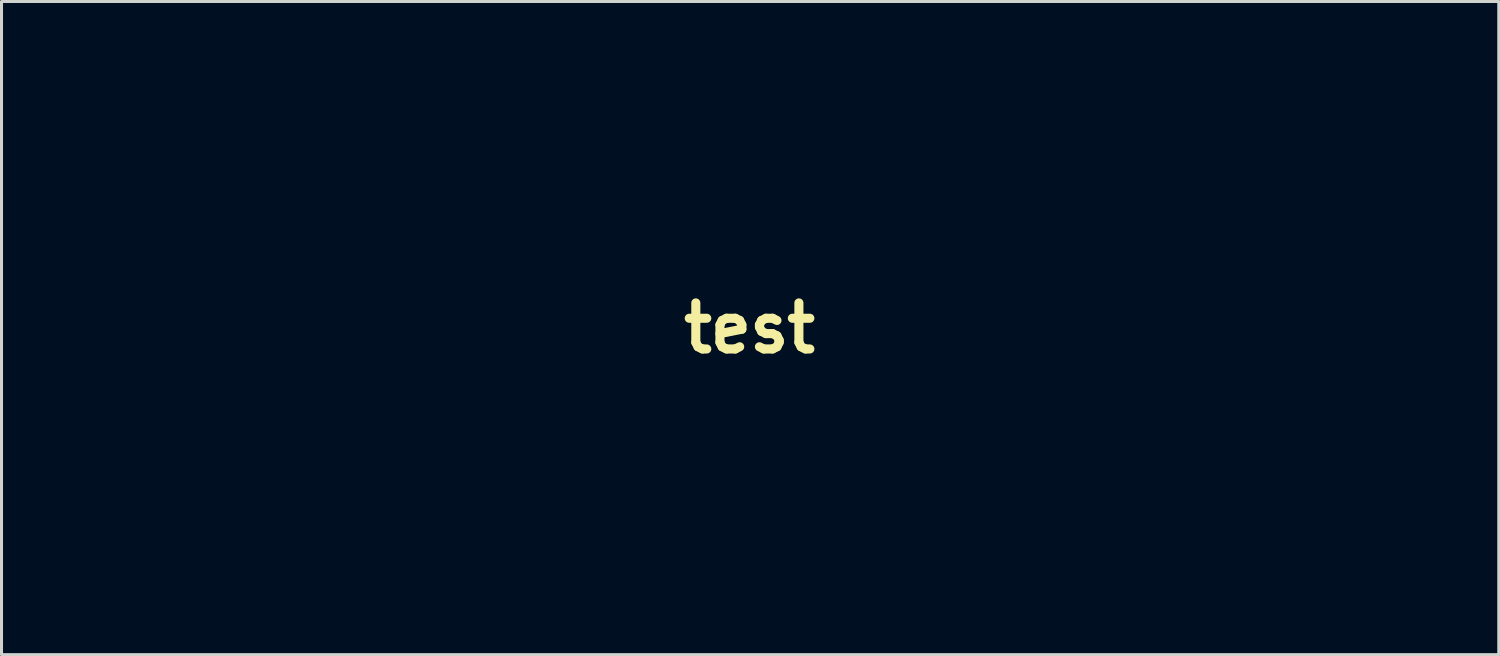
<source format=kicad_pcb>
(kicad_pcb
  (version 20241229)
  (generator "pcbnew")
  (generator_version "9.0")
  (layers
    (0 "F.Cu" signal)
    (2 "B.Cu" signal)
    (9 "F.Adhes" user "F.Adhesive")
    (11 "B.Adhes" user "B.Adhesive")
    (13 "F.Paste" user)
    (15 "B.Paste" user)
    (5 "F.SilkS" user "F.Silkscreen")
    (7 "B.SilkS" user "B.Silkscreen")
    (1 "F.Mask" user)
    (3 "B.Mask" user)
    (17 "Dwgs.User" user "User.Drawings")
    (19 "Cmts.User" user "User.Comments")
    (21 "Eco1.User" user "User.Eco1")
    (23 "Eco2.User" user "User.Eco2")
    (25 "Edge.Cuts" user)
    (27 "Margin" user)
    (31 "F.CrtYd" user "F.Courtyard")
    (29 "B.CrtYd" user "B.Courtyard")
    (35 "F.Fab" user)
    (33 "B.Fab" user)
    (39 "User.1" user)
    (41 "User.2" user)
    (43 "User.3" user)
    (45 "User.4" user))
  (footprint "test"
    (layer "F.Cu")
    (at 21.751 7.807)
    (property "Reference" "test" (at 0 0 0) (layer "F.SilkS") (effects (font (size 1.524 1.524) (thickness 0.3))))
    (attr through_hole)
    (fp_poly (pts (xy 3.996 -2.981) (xy -1.078 -2.981) (xy -1.078 -3.932) (xy -0.507 -3.932) (xy -0.507 -3.71) (xy 3.425 -3.71) (xy 3.425 -3.932) (xy -0.507 -3.932) (xy -1.078 -3.932) (xy -1.078 -4.661) (xy 3.996 -4.661) (xy 3.996 -2.981)) (stroke (width 0.01) (type solid)) (fill no) (layer "Eco1.User"))
    (fp_poly (pts (xy 21.785 -2.695) (xy 20.39 -2.695) (xy 20.39 2.791) (xy 17.948 2.791) (xy 17.948 -2.695) (xy 16.585 -2.695) (xy 16.585 -3.774) (xy 17.409 -3.774) (xy 17.409 -3.488) (xy 19.026 -3.488) (xy 19.026 1.934) (xy 19.343 1.934) (xy 19.343 -3.488) (xy 20.929 -3.488) (xy 20.929 -3.774) (xy 17.409 -3.774) (xy 16.585 -3.774) (xy 16.585 -4.63) (xy 21.785 -4.63) (xy 21.785 -2.695)) (stroke (width 0.01) (type solid)) (fill no) (layer "Eco1.User"))
    (fp_poly (pts (xy -14.718 -5.262) (xy -14.545 -5.213) (xy -14.379 -5.142) (xy -14.233 -5.058) (xy -14.116 -4.966) (xy -14.04 -4.875) (xy -14.016 -4.798) (xy -14.022 -4.753) (xy -14.046 -4.732) (xy -14.1 -4.737) (xy -14.194 -4.767) (xy -14.286 -4.802) (xy -14.422 -4.856) (xy -14.577 -4.919) (xy -14.682 -4.962) (xy -14.804 -5.01) (xy -14.903 -5.033) (xy -15.011 -5.038) (xy -15.117 -5.032) (xy -15.346 -5.015) (xy -15.295 -5.094) (xy -15.189 -5.198) (xy -15.044 -5.261) (xy -14.867 -5.279) (xy -14.718 -5.262)) (stroke (width 0.01) (type solid)) (fill no) (layer "Eco1.User"))
    (fp_poly (pts (xy 16.172 -2.695) (xy 14.175 -2.695) (xy 14.175 -1.839) (xy 16.141 -1.839) (xy 16.141 -0.032) (xy 14.175 -0.032) (xy 14.175 0.856) (xy 16.267 0.856) (xy 16.267 2.791) (xy 11.828 2.791) (xy 11.828 -3.774) (xy 12.906 -3.774) (xy 12.906 1.934) (xy 15.475 1.934) (xy 15.475 1.649) (xy 13.223 1.649) (xy 13.223 -0.793) (xy 15.348 -0.793) (xy 15.348 -1.078) (xy 13.223 -1.078) (xy 13.223 -3.488) (xy 15.475 -3.488) (xy 15.475 -3.774) (xy 12.906 -3.774) (xy 11.828 -3.774) (xy 11.828 -4.63) (xy 16.172 -4.63) (xy 16.172 -2.695)) (stroke (width 0.01) (type solid)) (fill no) (layer "Eco1.User"))
    (fp_poly (pts (xy -17.365 -5.683) (xy -17.115 -5.612) (xy -16.869 -5.505) (xy -16.647 -5.368) (xy -16.533 -5.275) (xy -16.465 -5.207) (xy -16.43 -5.163) (xy -16.435 -5.15) (xy -16.437 -5.151) (xy -16.73 -5.236) (xy -16.987 -5.294) (xy -17.228 -5.328) (xy -17.471 -5.341) (xy -17.52 -5.342) (xy -17.783 -5.333) (xy -18.004 -5.301) (xy -18.203 -5.24) (xy -18.398 -5.145) (xy -18.518 -5.072) (xy -18.627 -5.002) (xy -18.694 -4.963) (xy -18.729 -4.95) (xy -18.74 -4.957) (xy -18.741 -4.964) (xy -18.723 -5.021) (xy -18.676 -5.108) (xy -18.612 -5.207) (xy -18.543 -5.297) (xy -18.503 -5.341) (xy -18.309 -5.494) (xy -18.077 -5.612) (xy -17.825 -5.685) (xy -17.599 -5.708) (xy -17.365 -5.683)) (stroke (width 0.01) (type solid)) (fill no) (layer "Eco1.User"))
    (fp_poly (pts (xy -8.839 -7.357) (xy -8.633 -7.347) (xy -8.472 -7.314) (xy -8.344 -7.255) (xy -8.24 -7.17) (xy -8.139 -7.027) (xy -8.094 -6.864) (xy -8.106 -6.69) (xy -8.176 -6.515) (xy -8.198 -6.479) (xy -8.3 -6.38) (xy -8.456 -6.309) (xy -8.666 -6.265) (xy -8.791 -6.254) (xy -9.069 -6.238) (xy -9.069 -7.103) (xy -8.784 -7.103) (xy -8.784 -6.494) (xy -8.665 -6.515) (xy -8.568 -6.546) (xy -8.489 -6.593) (xy -8.483 -6.599) (xy -8.435 -6.675) (xy -8.419 -6.791) (xy -8.419 -6.805) (xy -8.427 -6.908) (xy -8.459 -6.977) (xy -8.508 -7.027) (xy -8.599 -7.081) (xy -8.69 -7.103) (xy -8.784 -7.103) (xy -9.069 -7.103) (xy -9.069 -7.357) (xy -8.839 -7.357)) (stroke (width 0.01) (type solid)) (fill no) (layer "Eco1.User"))
    (fp_poly (pts (xy -6.62 -7.351) (xy -6.449 -7.338) (xy -6.322 -7.316) (xy -6.222 -7.282) (xy -6.19 -7.266) (xy -6.05 -7.162) (xy -5.955 -7.025) (xy -5.907 -6.868) (xy -5.909 -6.704) (xy -5.963 -6.547) (xy -6.027 -6.456) (xy -6.14 -6.357) (xy -6.286 -6.287) (xy -6.475 -6.243) (xy -6.649 -6.224) (xy -6.913 -6.206) (xy -6.913 -6.493) (xy -6.627 -6.493) (xy -6.499 -6.513) (xy -6.4 -6.536) (xy -6.319 -6.566) (xy -6.308 -6.573) (xy -6.247 -6.644) (xy -6.211 -6.753) (xy -6.208 -6.88) (xy -6.21 -6.89) (xy -6.252 -6.98) (xy -6.34 -7.053) (xy -6.455 -7.096) (xy -6.524 -7.103) (xy -6.627 -7.103) (xy -6.627 -6.493) (xy -6.913 -6.493) (xy -6.913 -7.364) (xy -6.62 -7.351)) (stroke (width 0.01) (type solid)) (fill no) (layer "Eco1.User"))
    (fp_poly (pts (xy 5.635 -4.622) (xy 6.608 -4.614) (xy 7.619 -3.203) (xy 7.81 -2.938) (xy 7.989 -2.689) (xy 8.155 -2.46) (xy 8.303 -2.257) (xy 8.43 -2.084) (xy 8.532 -1.945) (xy 8.607 -1.846) (xy 8.65 -1.791) (xy 8.659 -1.781) (xy 8.666 -1.809) (xy 8.672 -1.897) (xy 8.678 -2.039) (xy 8.682 -2.232) (xy 8.685 -2.471) (xy 8.687 -2.752) (xy 8.689 -3.07) (xy 8.689 -3.2) (xy 8.689 -4.63) (xy 11.003 -4.63) (xy 11.003 2.791) (xy 9.044 2.791) (xy 6.992 -0.079) (xy 6.984 1.356) (xy 6.976 2.791) (xy 4.661 2.791) (xy 4.661 1.934) (xy 5.676 1.934) (xy 5.993 1.934) (xy 6.009 -3.178) (xy 7.832 -0.622) (xy 9.656 1.933) (xy 9.822 1.934) (xy 9.989 1.934) (xy 9.989 -3.774) (xy 9.672 -3.774) (xy 9.664 -1.209) (xy 9.656 1.356) (xy 7.832 -1.201) (xy 6.008 -3.758) (xy 5.842 -3.767) (xy 5.676 -3.777) (xy 5.676 1.934) (xy 4.661 1.934) (xy 4.661 -4.631) (xy 5.635 -4.622)) (stroke (width 0.01) (type solid)) (fill no) (layer "Eco1.User"))
    (fp_poly (pts (xy -3.647 -7.3) (xy -3.457 -7.199) (xy -3.291 -7.052) (xy -3.161 -6.865) (xy -3.111 -6.721) (xy -3.09 -6.545) (xy -3.098 -6.362) (xy -3.134 -6.198) (xy -3.163 -6.132) (xy -3.267 -5.984) (xy -3.409 -5.848) (xy -3.569 -5.742) (xy -3.689 -5.692) (xy -3.854 -5.655) (xy -4.002 -5.653) (xy -4.164 -5.686) (xy -4.198 -5.696) (xy -4.354 -5.772) (xy -4.504 -5.893) (xy -4.634 -6.043) (xy -4.725 -6.205) (xy -4.74 -6.244) (xy -4.781 -6.463) (xy -4.778 -6.504) (xy -4.455 -6.504) (xy -4.451 -6.379) (xy -4.436 -6.293) (xy -4.402 -6.223) (xy -4.37 -6.178) (xy -4.238 -6.054) (xy -4.079 -5.981) (xy -3.905 -5.963) (xy -3.729 -6.002) (xy -3.68 -6.024) (xy -3.54 -6.123) (xy -3.45 -6.253) (xy -3.405 -6.424) (xy -3.399 -6.483) (xy -3.397 -6.603) (xy -3.411 -6.687) (xy -3.447 -6.762) (xy -3.462 -6.785) (xy -3.585 -6.925) (xy -3.728 -7.008) (xy -3.902 -7.039) (xy -3.932 -7.04) (xy -4.069 -7.03) (xy -4.171 -6.996) (xy -4.218 -6.968) (xy -4.34 -6.87) (xy -4.413 -6.764) (xy -4.448 -6.633) (xy -4.455 -6.504) (xy -4.778 -6.504) (xy -4.764 -6.678) (xy -4.691 -6.88) (xy -4.567 -7.059) (xy -4.397 -7.207) (xy -4.265 -7.282) (xy -4.061 -7.345) (xy -3.852 -7.349) (xy -3.647 -7.3)) (stroke (width 0.01) (type solid)) (fill no) (layer "Eco1.User"))
    (fp_poly (pts (xy 4.725 -7.135) (xy 4.281 -7.135) (xy 4.281 -5.264) (xy 3.456 -5.264) (xy 3.456 -7.135) (xy 3.012 -7.135) (xy 3.012 -7.42) (xy 3.266 -7.42) (xy 3.271 -7.389) (xy 3.294 -7.371) (xy 3.349 -7.361) (xy 3.446 -7.357) (xy 3.536 -7.357) (xy 3.805 -7.357) (xy 3.805 -6.437) (xy 3.805 -6.172) (xy 3.806 -5.963) (xy 3.808 -5.804) (xy 3.811 -5.689) (xy 3.816 -5.609) (xy 3.824 -5.559) (xy 3.835 -5.532) (xy 3.849 -5.52) (xy 3.866 -5.518) (xy 3.869 -5.518) (xy 3.887 -5.519) (xy 3.901 -5.53) (xy 3.912 -5.555) (xy 3.92 -5.602) (xy 3.926 -5.678) (xy 3.929 -5.79) (xy 3.931 -5.943) (xy 3.932 -6.146) (xy 3.932 -6.405) (xy 3.932 -6.437) (xy 3.932 -7.357) (xy 4.202 -7.357) (xy 4.333 -7.358) (xy 4.413 -7.363) (xy 4.454 -7.376) (xy 4.469 -7.399) (xy 4.471 -7.42) (xy 4.469 -7.442) (xy 4.455 -7.458) (xy 4.423 -7.47) (xy 4.363 -7.477) (xy 4.267 -7.481) (xy 4.126 -7.483) (xy 3.933 -7.484) (xy 3.869 -7.484) (xy 3.659 -7.483) (xy 3.505 -7.482) (xy 3.398 -7.479) (xy 3.328 -7.472) (xy 3.289 -7.462) (xy 3.271 -7.447) (xy 3.266 -7.427) (xy 3.266 -7.42) (xy 3.012 -7.42) (xy 3.012 -7.769) (xy 4.725 -7.769) (xy 4.725 -7.135)) (stroke (width 0.01) (type solid)) (fill no) (layer "Eco1.User"))
    (fp_poly (pts (xy 0.507 -7.135) (xy -0.159 -7.135) (xy -0.159 -6.818) (xy 0.507 -6.818) (xy 0.507 -6.215) (xy -0.159 -6.215) (xy -0.159 -5.898) (xy 0.539 -5.898) (xy 0.539 -5.264) (xy -0.951 -5.264) (xy -0.951 -7.484) (xy -0.602 -7.484) (xy -0.602 -5.518) (xy -0.159 -5.518) (xy 0.017 -5.518) (xy 0.139 -5.52) (xy 0.217 -5.526) (xy 0.261 -5.536) (xy 0.281 -5.553) (xy 0.285 -5.576) (xy 0.285 -5.581) (xy 0.282 -5.608) (xy 0.263 -5.626) (xy 0.22 -5.637) (xy 0.142 -5.642) (xy 0.017 -5.644) (xy -0.095 -5.644) (xy -0.476 -5.644) (xy -0.476 -6.437) (xy -0.111 -6.437) (xy 0.046 -6.438) (xy 0.15 -6.441) (xy 0.212 -6.449) (xy 0.243 -6.463) (xy 0.253 -6.485) (xy 0.254 -6.501) (xy 0.25 -6.528) (xy 0.231 -6.546) (xy 0.187 -6.557) (xy 0.106 -6.562) (xy -0.022 -6.564) (xy -0.111 -6.564) (xy -0.476 -6.564) (xy -0.476 -7.357) (xy -0.095 -7.357) (xy 0.065 -7.357) (xy 0.173 -7.36) (xy 0.239 -7.368) (xy 0.272 -7.381) (xy 0.284 -7.402) (xy 0.285 -7.42) (xy 0.282 -7.445) (xy 0.266 -7.463) (xy 0.227 -7.474) (xy 0.155 -7.48) (xy 0.041 -7.483) (xy -0.126 -7.484) (xy -0.159 -7.484) (xy -0.602 -7.484) (xy -0.951 -7.484) (xy -0.951 -7.769) (xy 0.507 -7.769) (xy 0.507 -7.135)) (stroke (width 0.01) (type solid)) (fill no) (layer "Eco1.User"))
    (fp_poly (pts (xy -8.998 -7.76) (xy -8.743 -7.75) (xy -8.541 -7.734) (xy -8.379 -7.711) (xy -8.246 -7.677) (xy -8.131 -7.631) (xy -8.022 -7.57) (xy -7.97 -7.536) (xy -7.817 -7.394) (xy -7.707 -7.212) (xy -7.642 -7.001) (xy -7.625 -6.771) (xy -7.66 -6.532) (xy -7.67 -6.492) (xy -7.756 -6.306) (xy -7.895 -6.146) (xy -8.078 -6.018) (xy -8.299 -5.927) (xy -8.55 -5.879) (xy -8.556 -5.878) (xy -8.784 -5.857) (xy -8.784 -5.264) (xy -9.545 -5.264) (xy -9.545 -6.505) (xy -9.196 -6.505) (xy -9.196 -6.229) (xy -9.195 -6.01) (xy -9.194 -5.841) (xy -9.191 -5.716) (xy -9.186 -5.628) (xy -9.179 -5.571) (xy -9.17 -5.538) (xy -9.157 -5.522) (xy -9.141 -5.518) (xy -9.133 -5.518) (xy -9.103 -5.522) (xy -9.084 -5.544) (xy -9.074 -5.595) (xy -9.07 -5.686) (xy -9.069 -5.814) (xy -9.069 -6.111) (xy -8.792 -6.13) (xy -8.587 -6.149) (xy -8.431 -6.178) (xy -8.311 -6.218) (xy -8.213 -6.276) (xy -8.167 -6.314) (xy -8.056 -6.45) (xy -7.986 -6.621) (xy -7.96 -6.807) (xy -7.979 -6.994) (xy -8.045 -7.163) (xy -8.061 -7.191) (xy -8.148 -7.295) (xy -8.256 -7.372) (xy -8.395 -7.425) (xy -8.576 -7.459) (xy -8.809 -7.476) (xy -8.823 -7.477) (xy -9.196 -7.491) (xy -9.196 -6.505) (xy -9.545 -6.505) (xy -9.545 -7.778) (xy -8.998 -7.76)) (stroke (width 0.01) (type solid)) (fill no) (layer "Eco1.User"))
    (fp_poly (pts (xy 1.59 -1.588) (xy 1.793 -1.567) (xy 1.922 -1.539) (xy 2.221 -1.422) (xy 2.49 -1.253) (xy 2.724 -1.041) (xy 2.918 -0.792) (xy 3.065 -0.514) (xy 3.162 -0.214) (xy 3.202 0.102) (xy 3.202 0.155) (xy 3.171 0.465) (xy 3.082 0.763) (xy 2.94 1.042) (xy 2.753 1.294) (xy 2.524 1.511) (xy 2.261 1.684) (xy 2.044 1.781) (xy 1.877 1.825) (xy 1.672 1.853) (xy 1.452 1.864) (xy 1.24 1.857) (xy 1.059 1.832) (xy 1.018 1.822) (xy 0.737 1.713) (xy 0.473 1.552) (xy 0.236 1.347) (xy 0.035 1.109) (xy -0.121 0.846) (xy -0.218 0.586) (xy -0.271 0.268) (xy -0.268 0.139) (xy 0.397 0.139) (xy 0.397 0.143) (xy 0.408 0.357) (xy 0.448 0.532) (xy 0.523 0.686) (xy 0.641 0.841) (xy 0.67 0.873) (xy 0.865 1.04) (xy 1.09 1.154) (xy 1.333 1.213) (xy 1.587 1.215) (xy 1.843 1.156) (xy 1.843 1.156) (xy 2.061 1.047) (xy 2.251 0.887) (xy 2.402 0.689) (xy 2.495 0.49) (xy 2.527 0.334) (xy 2.536 0.147) (xy 2.522 -0.046) (xy 2.486 -0.221) (xy 2.449 -0.32) (xy 2.31 -0.541) (xy 2.131 -0.715) (xy 1.942 -0.831) (xy 1.827 -0.884) (xy 1.733 -0.915) (xy 1.635 -0.93) (xy 1.506 -0.934) (xy 1.459 -0.934) (xy 1.31 -0.93) (xy 1.2 -0.916) (xy 1.103 -0.887) (xy 1.01 -0.846) (xy 0.794 -0.709) (xy 0.613 -0.53) (xy 0.48 -0.32) (xy 0.479 -0.317) (xy 0.437 -0.218) (xy 0.412 -0.124) (xy 0.4 -0.012) (xy 0.397 0.139) (xy -0.268 0.139) (xy -0.265 -0.044) (xy -0.202 -0.345) (xy -0.085 -0.629) (xy 0.08 -0.89) (xy 0.292 -1.122) (xy 0.547 -1.318) (xy 0.841 -1.474) (xy 1.007 -1.536) (xy 1.173 -1.572) (xy 1.375 -1.59) (xy 1.59 -1.588)) (stroke (width 0.01) (type solid)) (fill no) (layer "Eco1.User"))
    (fp_poly (pts (xy -1.243 -6.699) (xy -1.246 -6.388) (xy -1.25 -6.133) (xy -1.256 -5.929) (xy -1.265 -5.769) (xy -1.28 -5.646) (xy -1.3 -5.554) (xy -1.328 -5.486) (xy -1.365 -5.435) (xy -1.412 -5.396) (xy -1.471 -5.362) (xy -1.522 -5.335) (xy -1.587 -5.306) (xy -1.653 -5.285) (xy -1.735 -5.273) (xy -1.846 -5.266) (xy -2.001 -5.264) (xy -2.084 -5.264) (xy -2.505 -5.264) (xy -2.505 -5.576) (xy -2.251 -5.576) (xy -2.248 -5.543) (xy -2.229 -5.525) (xy -2.183 -5.517) (xy -2.096 -5.52) (xy -1.99 -5.526) (xy -1.857 -5.538) (xy -1.77 -5.553) (xy -1.713 -5.576) (xy -1.669 -5.614) (xy -1.657 -5.628) (xy -1.636 -5.654) (xy -1.62 -5.682) (xy -1.607 -5.721) (xy -1.598 -5.777) (xy -1.592 -5.858) (xy -1.588 -5.972) (xy -1.586 -6.127) (xy -1.586 -6.329) (xy -1.586 -6.587) (xy -1.586 -6.598) (xy -1.586 -6.857) (xy -1.586 -7.061) (xy -1.588 -7.215) (xy -1.592 -7.326) (xy -1.597 -7.401) (xy -1.605 -7.448) (xy -1.617 -7.472) (xy -1.631 -7.482) (xy -1.649 -7.484) (xy -1.668 -7.482) (xy -1.682 -7.471) (xy -1.693 -7.445) (xy -1.701 -7.396) (xy -1.707 -7.318) (xy -1.71 -7.203) (xy -1.712 -7.045) (xy -1.712 -6.836) (xy -1.712 -6.613) (xy -1.712 -6.356) (xy -1.713 -6.155) (xy -1.715 -6.002) (xy -1.719 -5.891) (xy -1.725 -5.813) (xy -1.733 -5.762) (xy -1.746 -5.73) (xy -1.762 -5.71) (xy -1.783 -5.694) (xy -1.874 -5.66) (xy -2.017 -5.645) (xy -2.052 -5.644) (xy -2.161 -5.643) (xy -2.221 -5.634) (xy -2.246 -5.613) (xy -2.251 -5.576) (xy -2.505 -5.576) (xy -2.505 -5.835) (xy -2.317 -5.835) (xy -2.238 -5.835) (xy -2.175 -5.84) (xy -2.127 -5.857) (xy -2.09 -5.891) (xy -2.064 -5.949) (xy -2.047 -6.038) (xy -2.037 -6.163) (xy -2.031 -6.332) (xy -2.03 -6.55) (xy -2.029 -6.825) (xy -2.029 -6.872) (xy -2.029 -7.769) (xy -1.234 -7.769) (xy -1.243 -6.699)) (stroke (width 0.01) (type solid)) (fill no) (layer "Eco1.User"))
    (fp_poly (pts (xy -6.952 -7.769) (xy -6.639 -7.762) (xy -6.381 -7.742) (xy -6.173 -7.707) (xy -6.007 -7.658) (xy -5.976 -7.645) (xy -5.78 -7.526) (xy -5.624 -7.369) (xy -5.512 -7.183) (xy -5.446 -6.977) (xy -5.428 -6.763) (xy -5.459 -6.55) (xy -5.544 -6.347) (xy -5.644 -6.207) (xy -5.768 -6.067) (xy -5.547 -5.682) (xy -5.468 -5.542) (xy -5.401 -5.422) (xy -5.353 -5.333) (xy -5.329 -5.285) (xy -5.327 -5.28) (xy -5.357 -5.274) (xy -5.439 -5.269) (xy -5.562 -5.266) (xy -5.713 -5.264) (xy -5.77 -5.264) (xy -6.213 -5.264) (xy -6.396 -5.581) (xy -6.471 -5.706) (xy -6.535 -5.807) (xy -6.582 -5.875) (xy -6.604 -5.898) (xy -6.614 -5.868) (xy -6.622 -5.789) (xy -6.626 -5.673) (xy -6.627 -5.581) (xy -6.627 -5.264) (xy -7.389 -5.264) (xy -7.389 -6.504) (xy -7.04 -6.504) (xy -7.04 -6.228) (xy -7.039 -6.009) (xy -7.037 -5.841) (xy -7.034 -5.716) (xy -7.03 -5.628) (xy -7.023 -5.571) (xy -7.013 -5.538) (xy -7.001 -5.522) (xy -6.985 -5.518) (xy -6.976 -5.518) (xy -6.947 -5.522) (xy -6.928 -5.544) (xy -6.918 -5.594) (xy -6.914 -5.684) (xy -6.913 -5.82) (xy -6.913 -6.122) (xy -6.621 -6.113) (xy -6.33 -6.104) (xy -6.154 -5.811) (xy -6.069 -5.674) (xy -6.006 -5.585) (xy -5.957 -5.536) (xy -5.916 -5.518) (xy -5.906 -5.518) (xy -5.85 -5.525) (xy -5.835 -5.537) (xy -5.85 -5.57) (xy -5.892 -5.646) (xy -5.954 -5.753) (xy -6.023 -5.868) (xy -6.103 -6.003) (xy -6.154 -6.093) (xy -6.178 -6.148) (xy -6.179 -6.18) (xy -6.161 -6.196) (xy -6.146 -6.201) (xy -6.04 -6.26) (xy -5.934 -6.359) (xy -5.848 -6.478) (xy -5.803 -6.58) (xy -5.771 -6.794) (xy -5.797 -6.989) (xy -5.879 -7.159) (xy -6.015 -7.299) (xy -6.142 -7.377) (xy -6.233 -7.418) (xy -6.317 -7.446) (xy -6.412 -7.463) (xy -6.537 -7.473) (xy -6.683 -7.479) (xy -7.04 -7.49) (xy -7.04 -6.504) (xy -7.389 -6.504) (xy -7.389 -7.769) (xy -6.952 -7.769)) (stroke (width 0.01) (type solid)) (fill no) (layer "Eco1.User"))
    (fp_poly (pts (xy -3.777 -7.783) (xy -3.665 -7.776) (xy -3.577 -7.76) (xy -3.492 -7.731) (xy -3.39 -7.686) (xy -3.385 -7.684) (xy -3.142 -7.534) (xy -2.936 -7.337) (xy -2.776 -7.1) (xy -2.749 -7.047) (xy -2.703 -6.945) (xy -2.673 -6.86) (xy -2.657 -6.772) (xy -2.649 -6.661) (xy -2.648 -6.509) (xy -2.648 -6.501) (xy -2.649 -6.347) (xy -2.656 -6.236) (xy -2.671 -6.149) (xy -2.7 -6.067) (xy -2.745 -5.969) (xy -2.753 -5.953) (xy -2.907 -5.708) (xy -3.109 -5.5) (xy -3.35 -5.339) (xy -3.381 -5.323) (xy -3.497 -5.27) (xy -3.596 -5.238) (xy -3.705 -5.219) (xy -3.848 -5.21) (xy -3.881 -5.209) (xy -4.047 -5.207) (xy -4.172 -5.218) (xy -4.282 -5.242) (xy -4.344 -5.263) (xy -4.595 -5.386) (xy -4.817 -5.555) (xy -4.996 -5.761) (xy -5.002 -5.768) (xy -5.127 -5.985) (xy -5.201 -6.2) (xy -5.226 -6.418) (xy -4.911 -6.418) (xy -4.866 -6.199) (xy -4.771 -5.992) (xy -4.626 -5.806) (xy -4.504 -5.701) (xy -4.395 -5.633) (xy -4.278 -5.576) (xy -4.24 -5.562) (xy -4.077 -5.531) (xy -3.887 -5.529) (xy -3.695 -5.554) (xy -3.53 -5.603) (xy -3.512 -5.611) (xy -3.304 -5.744) (xy -3.14 -5.919) (xy -3.024 -6.129) (xy -2.963 -6.368) (xy -2.955 -6.453) (xy -2.971 -6.707) (xy -3.044 -6.937) (xy -3.172 -7.138) (xy -3.351 -7.304) (xy -3.461 -7.374) (xy -3.548 -7.419) (xy -3.624 -7.446) (xy -3.709 -7.461) (xy -3.824 -7.467) (xy -3.932 -7.468) (xy -4.079 -7.466) (xy -4.183 -7.458) (xy -4.263 -7.44) (xy -4.341 -7.407) (xy -4.403 -7.374) (xy -4.601 -7.232) (xy -4.75 -7.056) (xy -4.853 -6.855) (xy -4.906 -6.64) (xy -4.911 -6.418) (xy -5.226 -6.418) (xy -5.228 -6.436) (xy -5.226 -6.578) (xy -5.181 -6.86) (xy -5.079 -7.117) (xy -4.925 -7.345) (xy -4.722 -7.536) (xy -4.479 -7.684) (xy -4.376 -7.73) (xy -4.291 -7.759) (xy -4.203 -7.776) (xy -4.093 -7.783) (xy -3.94 -7.785) (xy -3.932 -7.785) (xy -3.777 -7.783)) (stroke (width 0.01) (type solid)) (fill no) (layer "Eco1.User"))
    (fp_poly (pts (xy 1.882 -2.476) (xy 2.261 -2.386) (xy 2.621 -2.242) (xy 2.955 -2.047) (xy 3.258 -1.806) (xy 3.526 -1.523) (xy 3.752 -1.201) (xy 3.931 -0.846) (xy 4.033 -0.553) (xy 4.073 -0.362) (xy 4.098 -0.131) (xy 4.108 0.119) (xy 4.104 0.368) (xy 4.084 0.597) (xy 4.049 0.785) (xy 4.047 0.793) (xy 3.91 1.173) (xy 3.712 1.544) (xy 3.458 1.898) (xy 3.296 2.065) (xy 3.087 2.234) (xy 2.847 2.394) (xy 2.592 2.536) (xy 2.337 2.649) (xy 2.14 2.715) (xy 1.983 2.746) (xy 1.782 2.767) (xy 1.559 2.778) (xy 1.332 2.779) (xy 1.122 2.769) (xy 0.947 2.748) (xy 0.909 2.741) (xy 0.522 2.623) (xy 0.162 2.45) (xy -0.166 2.228) (xy -0.458 1.959) (xy -0.709 1.649) (xy -0.914 1.303) (xy -1.069 0.925) (xy -1.112 0.777) (xy -1.16 0.523) (xy -1.182 0.237) (xy -1.18 0.115) (xy -0.503 0.115) (xy -0.497 0.285) (xy -0.442 0.636) (xy -0.331 0.959) (xy -0.163 1.254) (xy 0.062 1.52) (xy 0.064 1.522) (xy 0.342 1.755) (xy 0.644 1.931) (xy 0.967 2.048) (xy 1.306 2.105) (xy 1.656 2.101) (xy 1.993 2.041) (xy 2.283 1.935) (xy 2.558 1.774) (xy 2.809 1.569) (xy 3.028 1.329) (xy 3.206 1.061) (xy 3.334 0.776) (xy 3.376 0.631) (xy 3.407 0.439) (xy 3.422 0.217) (xy 3.419 -0.013) (xy 3.4 -0.225) (xy 3.374 -0.36) (xy 3.272 -0.643) (xy 3.119 -0.918) (xy 2.924 -1.173) (xy 2.698 -1.395) (xy 2.451 -1.571) (xy 2.341 -1.63) (xy 2.013 -1.754) (xy 1.679 -1.819) (xy 1.346 -1.827) (xy 1.021 -1.78) (xy 0.71 -1.68) (xy 0.419 -1.53) (xy 0.156 -1.332) (xy -0.074 -1.087) (xy -0.263 -0.799) (xy -0.293 -0.741) (xy -0.413 -0.455) (xy -0.482 -0.177) (xy -0.503 0.115) (xy -1.18 0.115) (xy -1.177 -0.057) (xy -1.146 -0.335) (xy -1.113 -0.492) (xy -0.977 -0.886) (xy -0.788 -1.249) (xy -0.551 -1.575) (xy -0.269 -1.861) (xy 0.055 -2.102) (xy 0.417 -2.295) (xy 0.465 -2.315) (xy 0.759 -2.418) (xy 1.056 -2.48) (xy 1.38 -2.506) (xy 1.487 -2.507) (xy 1.882 -2.476)) (stroke (width 0.01) (type solid)) (fill no) (layer "Eco1.User"))
    (fp_poly (pts (xy 2.256 -7.793) (xy 2.436 -7.768) (xy 2.505 -7.751) (xy 2.61 -7.715) (xy 2.726 -7.669) (xy 2.835 -7.622) (xy 2.916 -7.581) (xy 2.942 -7.563) (xy 2.931 -7.535) (xy 2.895 -7.466) (xy 2.842 -7.368) (xy 2.78 -7.255) (xy 2.716 -7.14) (xy 2.657 -7.037) (xy 2.611 -6.959) (xy 2.585 -6.919) (xy 2.584 -6.918) (xy 2.55 -6.922) (xy 2.481 -6.948) (xy 2.451 -6.962) (xy 2.291 -7.015) (xy 2.114 -7.035) (xy 1.944 -7.022) (xy 1.816 -6.981) (xy 1.676 -6.877) (xy 1.581 -6.741) (xy 1.535 -6.585) (xy 1.538 -6.422) (xy 1.591 -6.263) (xy 1.697 -6.122) (xy 1.711 -6.109) (xy 1.867 -6.009) (xy 2.049 -5.965) (xy 2.251 -5.977) (xy 2.471 -6.047) (xy 2.604 -6.112) (xy 2.625 -6.09) (xy 2.668 -6.026) (xy 2.727 -5.932) (xy 2.794 -5.821) (xy 2.86 -5.708) (xy 2.918 -5.604) (xy 2.961 -5.522) (xy 2.98 -5.477) (xy 2.981 -5.474) (xy 2.953 -5.447) (xy 2.882 -5.405) (xy 2.781 -5.357) (xy 2.665 -5.308) (xy 2.551 -5.265) (xy 2.507 -5.252) (xy 2.31 -5.214) (xy 2.083 -5.203) (xy 1.853 -5.219) (xy 1.647 -5.26) (xy 1.628 -5.266) (xy 1.377 -5.378) (xy 1.158 -5.542) (xy 0.978 -5.751) (xy 0.869 -5.943) (xy 0.78 -6.211) (xy 0.748 -6.489) (xy 0.749 -6.498) (xy 1.095 -6.498) (xy 1.098 -6.36) (xy 1.114 -6.256) (xy 1.149 -6.156) (xy 1.205 -6.039) (xy 1.339 -5.84) (xy 1.51 -5.688) (xy 1.726 -5.581) (xy 1.771 -5.565) (xy 1.904 -5.539) (xy 2.065 -5.529) (xy 2.232 -5.535) (xy 2.384 -5.557) (xy 2.497 -5.593) (xy 2.5 -5.594) (xy 2.574 -5.638) (xy 2.596 -5.676) (xy 2.578 -5.726) (xy 2.572 -5.735) (xy 2.544 -5.758) (xy 2.495 -5.747) (xy 2.438 -5.719) (xy 2.329 -5.683) (xy 2.182 -5.665) (xy 2.02 -5.664) (xy 1.865 -5.68) (xy 1.741 -5.714) (xy 1.74 -5.715) (xy 1.588 -5.806) (xy 1.443 -5.936) (xy 1.329 -6.084) (xy 1.299 -6.138) (xy 1.239 -6.329) (xy 1.228 -6.541) (xy 1.264 -6.755) (xy 1.344 -6.955) (xy 1.408 -7.055) (xy 1.536 -7.175) (xy 1.706 -7.269) (xy 1.901 -7.33) (xy 2.104 -7.354) (xy 2.296 -7.337) (xy 2.37 -7.316) (xy 2.458 -7.29) (xy 2.509 -7.289) (xy 2.539 -7.312) (xy 2.561 -7.36) (xy 2.532 -7.399) (xy 2.448 -7.434) (xy 2.396 -7.448) (xy 2.195 -7.479) (xy 1.983 -7.478) (xy 1.787 -7.447) (xy 1.714 -7.424) (xy 1.506 -7.319) (xy 1.343 -7.175) (xy 1.214 -6.983) (xy 1.199 -6.952) (xy 1.142 -6.828) (xy 1.111 -6.724) (xy 1.097 -6.611) (xy 1.095 -6.498) (xy 0.749 -6.498) (xy 0.772 -6.766) (xy 0.852 -7.032) (xy 0.984 -7.276) (xy 1.076 -7.395) (xy 1.213 -7.519) (xy 1.389 -7.634) (xy 1.582 -7.726) (xy 1.707 -7.768) (xy 1.865 -7.794) (xy 2.057 -7.802) (xy 2.256 -7.793)) (stroke (width 0.01) (type solid)) (fill no) (layer "Eco1.User"))
    (fp_poly (pts (xy -8.571 -4.622) (xy -7.597 -4.614) (xy -6.638 -3.203) (xy -6.457 -2.936) (xy -6.285 -2.686) (xy -6.127 -2.456) (xy -5.986 -2.252) (xy -5.866 -2.079) (xy -5.77 -1.942) (xy -5.7 -1.845) (xy -5.661 -1.793) (xy -5.654 -1.786) (xy -5.632 -1.81) (xy -5.578 -1.882) (xy -5.496 -1.997) (xy -5.388 -2.151) (xy -5.258 -2.338) (xy -5.109 -2.554) (xy -4.945 -2.794) (xy -4.769 -3.053) (xy -4.673 -3.196) (xy -3.718 -4.614) (xy -2.731 -4.622) (xy -1.744 -4.631) (xy -1.744 2.791) (xy -4.122 2.791) (xy -4.122 1.452) (xy -4.123 1.122) (xy -4.123 0.85) (xy -4.125 0.631) (xy -4.128 0.461) (xy -4.131 0.334) (xy -4.136 0.245) (xy -4.143 0.189) (xy -4.151 0.161) (xy -4.161 0.156) (xy -4.166 0.16) (xy -4.193 0.196) (xy -4.252 0.278) (xy -4.338 0.401) (xy -4.446 0.559) (xy -4.574 0.745) (xy -4.716 0.953) (xy -4.869 1.178) (xy -4.898 1.221) (xy -5.052 1.448) (xy -5.196 1.659) (xy -5.326 1.849) (xy -5.438 2.011) (xy -5.527 2.14) (xy -5.59 2.229) (xy -5.622 2.273) (xy -5.625 2.276) (xy -5.641 2.276) (xy -5.671 2.253) (xy -5.716 2.203) (xy -5.78 2.121) (xy -5.866 2.005) (xy -5.977 1.849) (xy -6.115 1.651) (xy -6.283 1.405) (xy -6.407 1.223) (xy -6.567 0.989) (xy -6.716 0.772) (xy -6.851 0.578) (xy -6.967 0.411) (xy -7.061 0.278) (xy -7.129 0.184) (xy -7.168 0.135) (xy -7.174 0.128) (xy -7.18 0.159) (xy -7.184 0.246) (xy -7.188 0.383) (xy -7.192 0.565) (xy -7.195 0.783) (xy -7.197 1.032) (xy -7.198 1.306) (xy -7.198 1.459) (xy -7.198 2.791) (xy -9.545 2.791) (xy -9.545 -3.777) (xy -8.467 -3.777) (xy -8.467 1.934) (xy -8.15 1.934) (xy -8.142 -0.606) (xy -8.134 -3.147) (xy -6.901 -1.352) (xy -6.694 -1.05) (xy -6.497 -0.765) (xy -6.313 -0.5) (xy -6.146 -0.259) (xy -5.998 -0.046) (xy -5.872 0.133) (xy -5.771 0.276) (xy -5.699 0.377) (xy -5.657 0.433) (xy -5.648 0.443) (xy -5.627 0.417) (xy -5.574 0.343) (xy -5.491 0.225) (xy -5.381 0.068) (xy -5.247 -0.126) (xy -5.092 -0.35) (xy -4.92 -0.601) (xy -4.732 -0.875) (xy -4.532 -1.167) (xy -4.408 -1.35) (xy -3.187 -3.14) (xy -3.171 1.934) (xy -2.854 1.934) (xy -2.854 -3.777) (xy -3.017 -3.767) (xy -3.181 -3.758) (xy -4.405 -1.952) (xy -4.61 -1.65) (xy -4.806 -1.363) (xy -4.988 -1.097) (xy -5.155 -0.855) (xy -5.303 -0.641) (xy -5.428 -0.461) (xy -5.529 -0.318) (xy -5.603 -0.217) (xy -5.645 -0.161) (xy -5.655 -0.151) (xy -5.677 -0.177) (xy -5.732 -0.252) (xy -5.816 -0.37) (xy -5.927 -0.528) (xy -6.061 -0.722) (xy -6.217 -0.947) (xy -6.39 -1.199) (xy -6.578 -1.473) (xy -6.778 -1.766) (xy -6.908 -1.956) (xy -8.134 -3.758) (xy -8.3 -3.767) (xy -8.467 -3.777) (xy -9.545 -3.777) (xy -9.545 -4.631) (xy -8.571 -4.622)) (stroke (width 0.01) (type solid)) (fill no) (layer "Eco1.User"))
    (fp_poly (pts (xy -20.416 -4.228) (xy -20.351 -4.172) (xy -20.268 -4.092) (xy -20.246 -4.069) (xy -20.079 -3.863) (xy -19.93 -3.601) (xy -19.797 -3.28) (xy -19.679 -2.899) (xy -19.675 -2.886) (xy -19.586 -2.556) (xy -19.508 -2.283) (xy -19.437 -2.059) (xy -19.37 -1.878) (xy -19.306 -1.733) (xy -19.24 -1.619) (xy -19.17 -1.528) (xy -19.093 -1.456) (xy -19.006 -1.394) (xy -18.979 -1.378) (xy -18.838 -1.295) (xy -18.528 -1.608) (xy -18.264 -1.856) (xy -18.014 -2.049) (xy -17.77 -2.189) (xy -17.524 -2.281) (xy -17.266 -2.328) (xy -16.988 -2.334) (xy -16.8 -2.319) (xy -16.602 -2.288) (xy -16.46 -2.247) (xy -16.368 -2.193) (xy -16.318 -2.123) (xy -16.311 -2.1) (xy -16.27 -1.992) (xy -16.211 -1.941) (xy -16.13 -1.947) (xy -16.026 -2.009) (xy -15.947 -2.077) (xy -15.842 -2.165) (xy -15.759 -2.21) (xy -15.696 -2.22) (xy -15.627 -2.215) (xy -15.562 -2.196) (xy -15.492 -2.155) (xy -15.405 -2.088) (xy -15.291 -1.986) (xy -15.189 -1.889) (xy -15.019 -1.735) (xy -14.878 -1.626) (xy -14.758 -1.558) (xy -14.65 -1.526) (xy -14.592 -1.522) (xy -14.478 -1.533) (xy -14.415 -1.569) (xy -14.397 -1.632) (xy -14.386 -1.688) (xy -14.359 -1.79) (xy -14.319 -1.923) (xy -14.272 -2.064) (xy -14.217 -2.232) (xy -14.167 -2.404) (xy -14.129 -2.557) (xy -14.11 -2.648) (xy -14.084 -2.809) (xy -14.065 -2.916) (xy -14.048 -2.974) (xy -14.027 -2.992) (xy -13.997 -2.976) (xy -13.952 -2.933) (xy -13.919 -2.899) (xy -13.847 -2.823) (xy -13.788 -2.743) (xy -13.737 -2.648) (xy -13.69 -2.528) (xy -13.642 -2.374) (xy -13.591 -2.174) (xy -13.545 -1.982) (xy -13.435 -1.558) (xy -13.304 -1.163) (xy -13.227 -0.962) (xy -13.077 -0.567) (xy -12.961 -0.2) (xy -12.876 0.154) (xy -12.818 0.514) (xy -12.784 0.898) (xy -12.77 1.321) (xy -12.769 1.411) (xy -12.771 1.678) (xy -12.779 1.928) (xy -12.795 2.168) (xy -12.82 2.406) (xy -12.856 2.649) (xy -12.903 2.906) (xy -12.965 3.183) (xy -13.041 3.487) (xy -13.134 3.828) (xy -13.244 4.212) (xy -13.374 4.646) (xy -13.403 4.741) (xy -13.525 5.137) (xy -13.633 5.478) (xy -13.731 5.773) (xy -13.82 6.028) (xy -13.904 6.25) (xy -13.985 6.447) (xy -14.065 6.626) (xy -14.127 6.754) (xy -14.309 7.084) (xy -14.492 7.35) (xy -14.677 7.555) (xy -14.866 7.697) (xy -15.058 7.778) (xy -15.255 7.798) (xy -15.457 7.758) (xy -15.582 7.705) (xy -15.711 7.634) (xy -15.84 7.549) (xy -15.974 7.447) (xy -16.116 7.324) (xy -16.27 7.175) (xy -16.44 6.996) (xy -16.63 6.784) (xy -16.845 6.534) (xy -17.087 6.242) (xy -17.361 5.905) (xy -17.468 5.772) (xy -17.749 5.427) (xy -18.031 5.09) (xy -18.305 4.773) (xy -18.56 4.486) (xy -18.788 4.24) (xy -18.788 4.239) (xy -19.169 3.839) (xy -19.509 3.481) (xy -19.81 3.16) (xy -20.075 2.875) (xy -20.307 2.621) (xy -20.51 2.396) (xy -20.685 2.195) (xy -20.836 2.015) (xy -20.966 1.853) (xy -21.078 1.706) (xy -21.175 1.569) (xy -21.258 1.44) (xy -21.333 1.316) (xy -21.4 1.191) (xy -21.449 1.094) (xy -21.562 0.839) (xy -21.644 0.59) (xy -21.7 0.328) (xy -21.733 0.034) (xy -21.745 -0.18) (xy -21.746 -0.514) (xy -21.746 -0.516) (xy -17.536 -0.516) (xy -17.522 -0.506) (xy -17.456 -0.508) (xy -17.349 -0.521) (xy -17.209 -0.543) (xy -17.048 -0.572) (xy -16.875 -0.607) (xy -16.711 -0.644) (xy -16.317 -0.717) (xy -15.953 -0.745) (xy -15.624 -0.727) (xy -15.372 -0.674) (xy -15.267 -0.646) (xy -15.19 -0.63) (xy -15.158 -0.63) (xy -15.158 -0.631) (xy -15.185 -0.65) (xy -15.258 -0.683) (xy -15.36 -0.722) (xy -15.372 -0.726) (xy -15.519 -0.781) (xy -15.677 -0.845) (xy -15.781 -0.889) (xy -15.91 -0.958) (xy -16.039 -1.046) (xy -16.154 -1.141) (xy -16.241 -1.232) (xy -16.284 -1.303) (xy -16.31 -1.359) (xy -16.329 -1.357) (xy -16.34 -1.305) (xy -16.339 -1.208) (xy -16.338 -1.196) (xy -16.339 -1.081) (xy -16.368 -0.984) (xy -16.43 -0.901) (xy -16.53 -0.828) (xy -16.675 -0.761) (xy -16.87 -0.696) (xy -17.121 -0.629) (xy -17.187 -0.613) (xy -17.324 -0.579) (xy -17.437 -0.548) (xy -17.512 -0.526) (xy -17.536 -0.516) (xy -21.746 -0.516) (xy -21.722 -0.844) (xy -21.673 -1.18) (xy -21.594 -1.53) (xy -21.486 -1.904) (xy -21.345 -2.311) (xy -21.169 -2.759) (xy -21.107 -2.906) (xy -21.031 -3.077) (xy -20.947 -3.263) (xy -20.857 -3.455) (xy -20.767 -3.644) (xy -20.68 -3.821) (xy -20.602 -3.979) (xy -20.535 -4.108) (xy -20.484 -4.2) (xy -20.453 -4.246) (xy -20.448 -4.249) (xy -20.416 -4.228)) (stroke (width 0.01) (type solid)) (fill no) (layer "Eco1.User")))
  (gr_rect
    (start -3 -3)
    (end 46.541 18.611)
    (stroke (width 0.1) (type default))
    (fill no)
    (layer "Edge.Cuts")))
</source>
